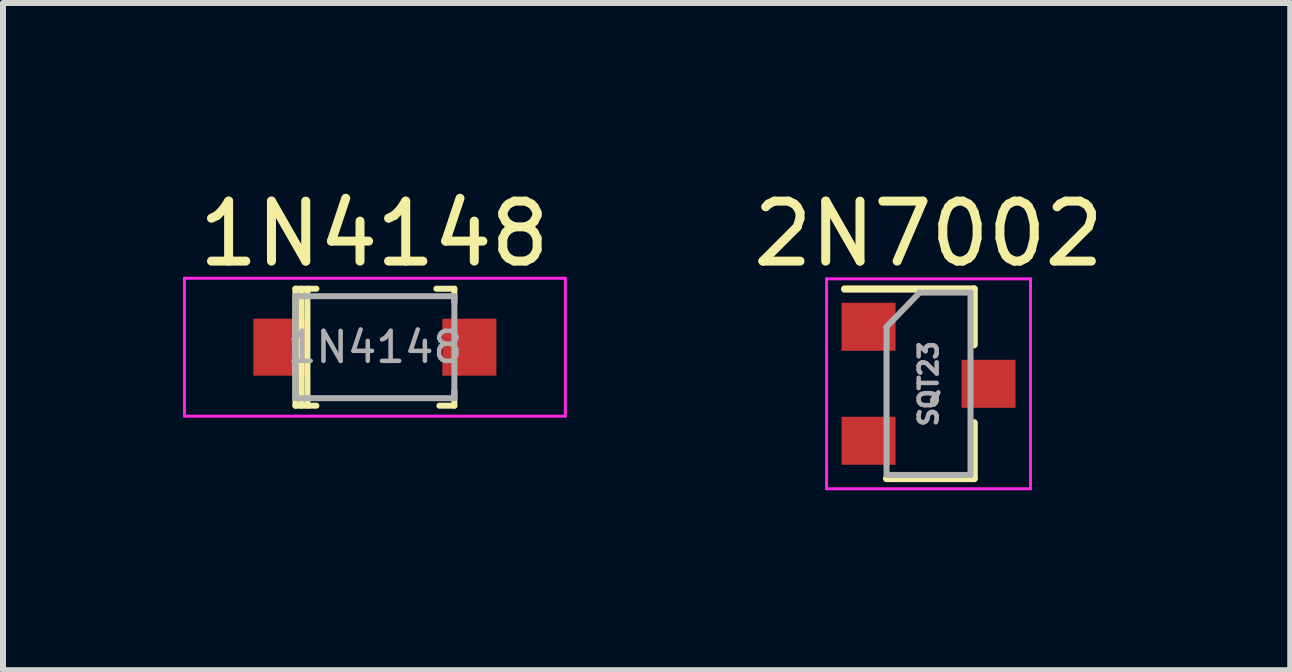
<source format=kicad_pcb>
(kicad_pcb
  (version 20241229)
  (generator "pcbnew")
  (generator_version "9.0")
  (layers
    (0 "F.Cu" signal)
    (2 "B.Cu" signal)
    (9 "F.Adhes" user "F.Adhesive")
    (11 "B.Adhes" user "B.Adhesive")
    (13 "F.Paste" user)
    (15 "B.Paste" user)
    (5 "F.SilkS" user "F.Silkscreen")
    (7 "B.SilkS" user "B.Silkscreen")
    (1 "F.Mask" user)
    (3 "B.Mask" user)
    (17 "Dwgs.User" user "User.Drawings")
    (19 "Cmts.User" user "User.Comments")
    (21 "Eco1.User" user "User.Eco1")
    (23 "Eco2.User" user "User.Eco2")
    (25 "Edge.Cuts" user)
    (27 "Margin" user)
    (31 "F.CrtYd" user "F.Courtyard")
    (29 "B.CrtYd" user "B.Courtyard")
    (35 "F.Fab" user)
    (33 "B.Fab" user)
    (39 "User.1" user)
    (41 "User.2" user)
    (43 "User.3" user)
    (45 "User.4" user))
  (footprint "1N4148"
    (layer "F.Cu")
    (at 3.2 2.738)
    (property "Reference" "1N4148" (at -0.01 -1.89 0) (layer "F.SilkS") (effects (font (size 1 1) (thickness 0.15))))
    (attr smd)
    (fp_line (start -1.325 -0.975) (end -1.325 0.975) (stroke (width 0.1) (type solid)) (layer "F.SilkS"))
    (fp_line (start -1.225 -0.975) (end -1.225 0.975) (stroke (width 0.1) (type solid)) (layer "F.SilkS"))
    (fp_line (start -1.125 -0.975) (end -1.125 0.975) (stroke (width 0.1) (type solid)) (layer "F.SilkS"))
    (fp_line (start -0.975 -0.975) (end -1.325 -0.975) (stroke (width 0.1) (type solid)) (layer "F.SilkS"))
    (fp_line (start -0.975 0.975) (end -1.325 0.975) (stroke (width 0.1) (type solid)) (layer "F.SilkS"))
    (fp_line (start 1.025 -0.975) (end 1.325 -0.975) (stroke (width 0.1) (type solid)) (layer "F.SilkS"))
    (fp_line (start 1.325 -0.975) (end 1.325 -0.75) (stroke (width 0.1) (type solid)) (layer "F.SilkS"))
    (fp_line (start 1.325 0.725) (end 1.325 0.975) (stroke (width 0.1) (type solid)) (layer "F.SilkS"))
    (fp_line (start 1.325 0.975) (end 1.075 0.975) (stroke (width 0.1) (type solid)) (layer "F.SilkS"))
    (fp_line (start -3.175 1.15) (end -3.175 -1.15) (stroke (width 0.05) (type solid)) (layer "F.CrtYd"))
    (fp_line (start 3.175 -1.15) (end -3.175 -1.15) (stroke (width 0.05) (type solid)) (layer "F.CrtYd"))
    (fp_line (start 3.175 -1.15) (end 3.175 1.15) (stroke (width 0.05) (type solid)) (layer "F.CrtYd"))
    (fp_line (start 3.175 1.15) (end -3.175 1.15) (stroke (width 0.05) (type solid)) (layer "F.CrtYd"))
    (fp_line (start -1.325 -0.85) (end -1.325 0.85) (stroke (width 0.1) (type solid)) (layer "F.Fab"))
    (fp_line (start -1.325 -0.85) (end 1.325 -0.85) (stroke (width 0.1) (type solid)) (layer "F.Fab"))
    (fp_line (start -1.325 0.85) (end 1.325 0.85) (stroke (width 0.1) (type solid)) (layer "F.Fab"))
    (fp_line (start 1.325 -0.85) (end 1.325 0.85) (stroke (width 0.1) (type solid)) (layer "F.Fab"))
    (fp_text user "${REFERENCE}" (at 0 0 0) (layer "F.Fab") (effects (font (size 0.5 0.5) (thickness 0.075))))
    (pad "A" smd rect (at 1.575 0) (size 0.9 0.95) (layers "F.Cu" "F.Mask" "F.Paste"))
    (pad "K" smd rect (at -1.575 0) (size 0.9 0.95) (layers "F.Cu" "F.Mask" "F.Paste")))
  (footprint "2N7002"
    (layer "F.Cu")
    (at 12.43 3.348)
    (property "Reference" "2N7002" (at 0 -2.5 0) (layer "F.SilkS") (effects (font (size 1 1) (thickness 0.15))))
    (attr smd)
    (fp_line (start 0.76 -1.58) (end -1.4 -1.58) (stroke (width 0.12) (type solid)) (layer "F.SilkS"))
    (fp_line (start 0.76 -1.58) (end 0.76 -0.65) (stroke (width 0.12) (type solid)) (layer "F.SilkS"))
    (fp_line (start 0.76 1.58) (end -0.7 1.58) (stroke (width 0.12) (type solid)) (layer "F.SilkS"))
    (fp_line (start 0.76 1.58) (end 0.76 0.65) (stroke (width 0.12) (type solid)) (layer "F.SilkS"))
    (fp_line (start -1.7 -1.75) (end 1.7 -1.75) (stroke (width 0.05) (type solid)) (layer "F.CrtYd"))
    (fp_line (start -1.7 1.75) (end -1.7 -1.75) (stroke (width 0.05) (type solid)) (layer "F.CrtYd"))
    (fp_line (start 1.7 -1.75) (end 1.7 1.75) (stroke (width 0.05) (type solid)) (layer "F.CrtYd"))
    (fp_line (start 1.7 1.75) (end -1.7 1.75) (stroke (width 0.05) (type solid)) (layer "F.CrtYd"))
    (fp_line (start -0.7 -0.95) (end -0.7 1.5) (stroke (width 0.1) (type solid)) (layer "F.Fab"))
    (fp_line (start -0.7 -0.95) (end -0.15 -1.52) (stroke (width 0.1) (type solid)) (layer "F.Fab"))
    (fp_line (start -0.7 1.52) (end 0.7 1.52) (stroke (width 0.1) (type solid)) (layer "F.Fab"))
    (fp_line (start -0.15 -1.52) (end 0.7 -1.52) (stroke (width 0.1) (type solid)) (layer "F.Fab"))
    (fp_line (start 0.7 -1.52) (end 0.7 1.52) (stroke (width 0.1) (type solid)) (layer "F.Fab"))
    (fp_text user "SQT23" (at 0 0 90) (layer "F.Fab") (effects (font (size 0.3 0.3) (thickness 0.075))))
    (pad "1" smd rect (at -1 -0.95) (size 0.9 0.8) (layers "F.Cu" "F.Mask" "F.Paste"))
    (pad "2" smd rect (at -1 0.95) (size 0.9 0.8) (layers "F.Cu" "F.Mask" "F.Paste"))
    (pad "3" smd rect (at 1 0) (size 0.9 0.8) (layers "F.Cu" "F.Mask" "F.Paste")))
  (gr_rect
    (start -3 -3)
    (end 18.46 8.123)
    (stroke (width 0.1) (type default))
    (fill no)
    (layer "Edge.Cuts")))
</source>
